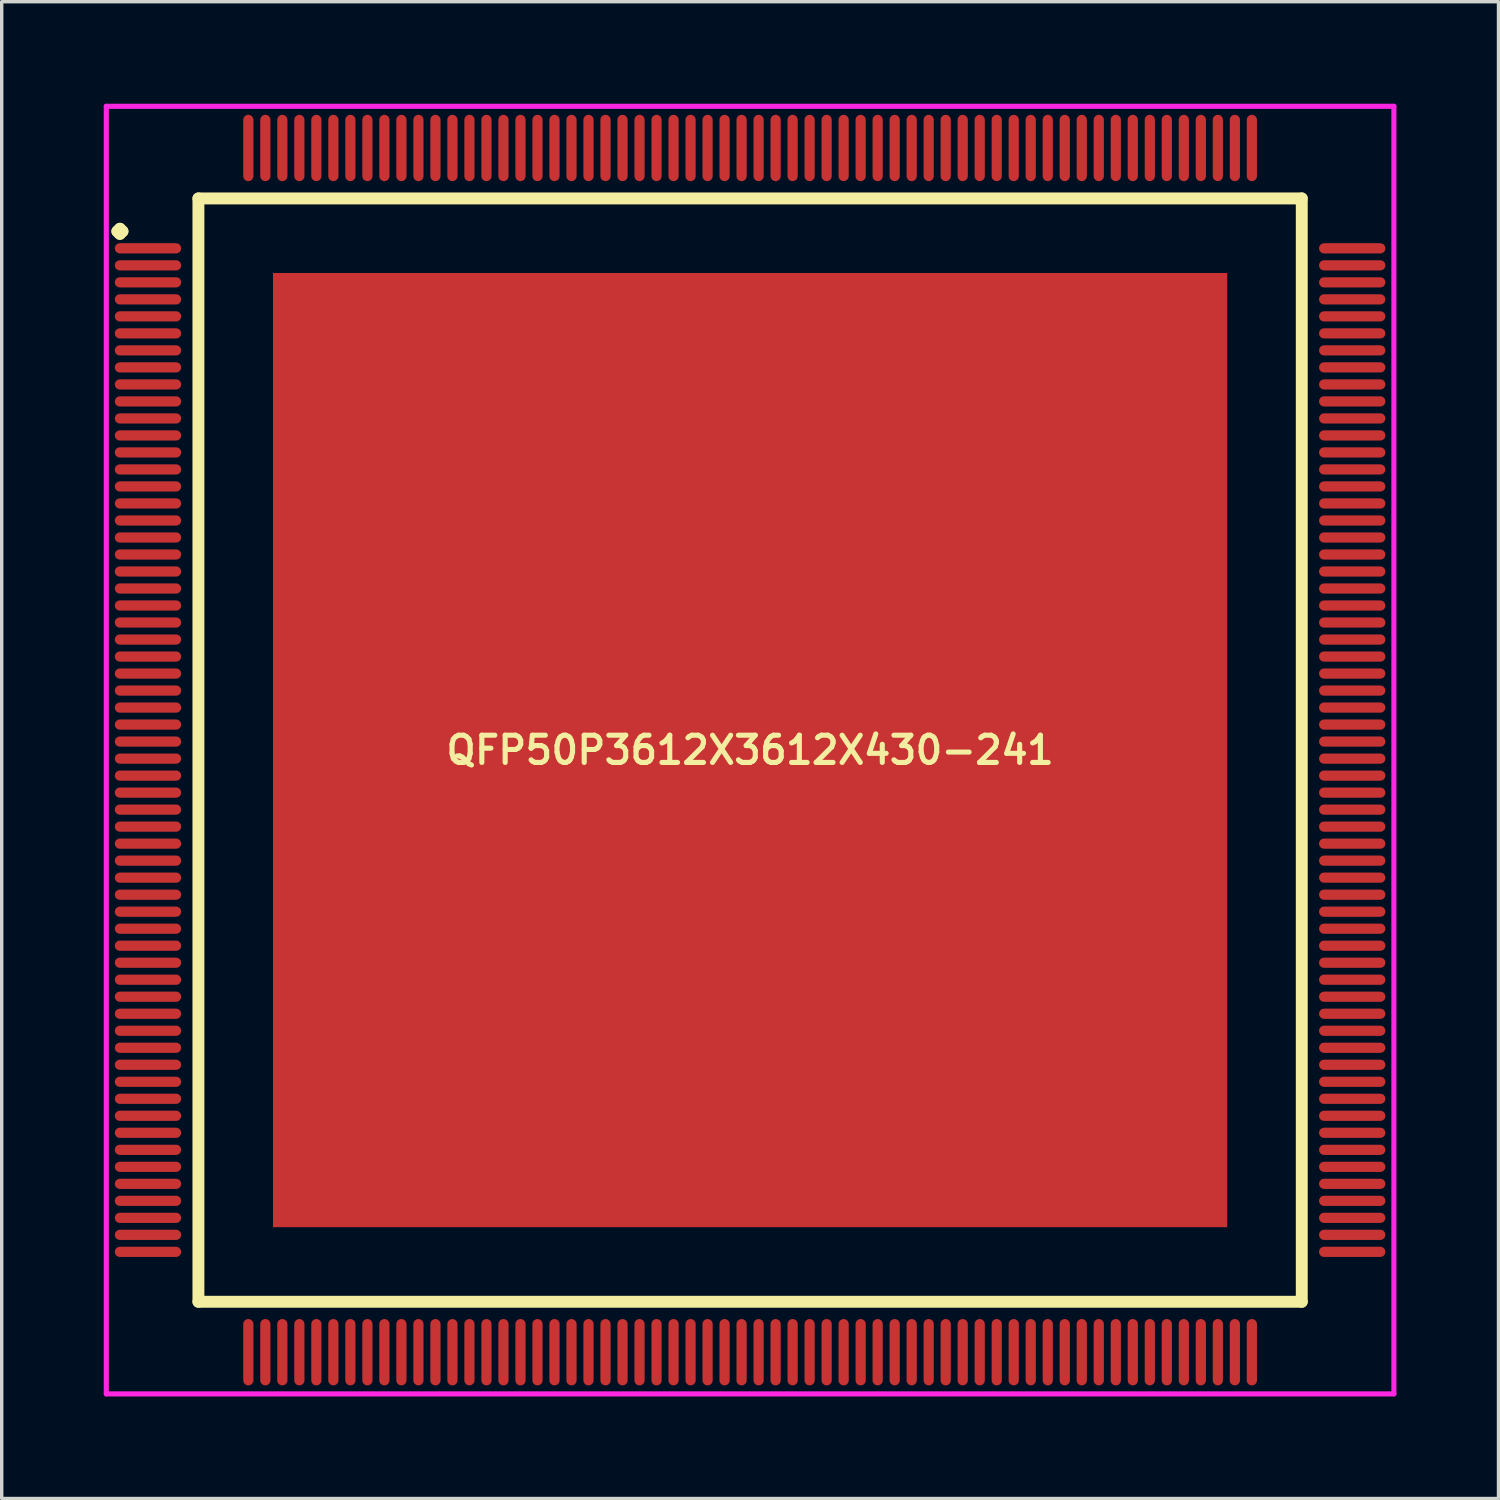
<source format=kicad_pcb>
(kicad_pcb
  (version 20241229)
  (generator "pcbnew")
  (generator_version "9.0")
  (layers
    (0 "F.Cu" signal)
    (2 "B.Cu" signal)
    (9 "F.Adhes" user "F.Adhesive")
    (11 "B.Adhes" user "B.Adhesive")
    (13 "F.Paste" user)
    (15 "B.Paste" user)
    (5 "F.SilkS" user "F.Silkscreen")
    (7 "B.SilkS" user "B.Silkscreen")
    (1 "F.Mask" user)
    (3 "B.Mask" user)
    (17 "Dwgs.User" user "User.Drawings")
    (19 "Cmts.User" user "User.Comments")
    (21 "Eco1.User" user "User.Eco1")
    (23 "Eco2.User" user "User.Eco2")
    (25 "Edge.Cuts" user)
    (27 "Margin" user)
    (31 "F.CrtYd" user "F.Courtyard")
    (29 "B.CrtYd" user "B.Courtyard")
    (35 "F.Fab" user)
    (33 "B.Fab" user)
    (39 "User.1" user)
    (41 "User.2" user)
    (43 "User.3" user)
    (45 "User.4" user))
  (footprint "QFP50P3612X3612X430-241"
    (layer "F.Cu")
    (at 19 19)
    (property "Reference" "QFP50P3612X3612X430-241" (at 0 0 0) (layer "F.SilkS") (effects (font (size 0.8 0.8) (thickness 0.15))))
    (attr smd)
    (fp_line (start -18.6 -15.25) (end -18.525 -15.325) (stroke (width 0.35) (type solid)) (layer "F.SilkS"))
    (fp_line (start -18.525 -15.325) (end -18.45 -15.25) (stroke (width 0.35) (type solid)) (layer "F.SilkS"))
    (fp_line (start -18.525 -15.175) (end -18.6 -15.25) (stroke (width 0.35) (type solid)) (layer "F.SilkS"))
    (fp_line (start -18.45 -15.25) (end -18.525 -15.175) (stroke (width 0.35) (type solid)) (layer "F.SilkS"))
    (fp_line (start -16.217 -16.217) (end -16.217 16.217) (stroke (width 0.35) (type solid)) (layer "F.SilkS"))
    (fp_line (start -16.217 16.217) (end 16.217 16.217) (stroke (width 0.35) (type solid)) (layer "F.SilkS"))
    (fp_line (start 16.217 -16.217) (end -16.217 -16.217) (stroke (width 0.35) (type solid)) (layer "F.SilkS"))
    (fp_line (start 16.217 16.217) (end 16.217 -16.217) (stroke (width 0.35) (type solid)) (layer "F.SilkS"))
    (fp_line (start -18.925 -18.925) (end 18.925 -18.925) (stroke (width 0.15) (type solid)) (layer "F.CrtYd"))
    (fp_line (start -18.925 18.925) (end -18.925 -18.925) (stroke (width 0.15) (type solid)) (layer "F.CrtYd"))
    (fp_line (start 18.925 -18.925) (end 18.925 18.925) (stroke (width 0.15) (type solid)) (layer "F.CrtYd"))
    (fp_line (start 18.925 18.925) (end -18.925 18.925) (stroke (width 0.15) (type solid)) (layer "F.CrtYd"))
    (pad "1" smd oval (at -17.7 -14.75) (size 1.95 0.3) (layers "F.Cu" "F.Mask" "F.Paste"))
    (pad "2" smd oval (at -17.7 -14.25) (size 1.95 0.3) (layers "F.Cu" "F.Mask" "F.Paste"))
    (pad "3" smd oval (at -17.7 -13.75) (size 1.95 0.3) (layers "F.Cu" "F.Mask" "F.Paste"))
    (pad "4" smd oval (at -17.7 -13.25) (size 1.95 0.3) (layers "F.Cu" "F.Mask" "F.Paste"))
    (pad "5" smd oval (at -17.7 -12.75) (size 1.95 0.3) (layers "F.Cu" "F.Mask" "F.Paste"))
    (pad "6" smd oval (at -17.7 -12.25) (size 1.95 0.3) (layers "F.Cu" "F.Mask" "F.Paste"))
    (pad "7" smd oval (at -17.7 -11.75) (size 1.95 0.3) (layers "F.Cu" "F.Mask" "F.Paste"))
    (pad "8" smd oval (at -17.7 -11.25) (size 1.95 0.3) (layers "F.Cu" "F.Mask" "F.Paste"))
    (pad "9" smd oval (at -17.7 -10.75) (size 1.95 0.3) (layers "F.Cu" "F.Mask" "F.Paste"))
    (pad "10" smd oval (at -17.7 -10.25) (size 1.95 0.3) (layers "F.Cu" "F.Mask" "F.Paste"))
    (pad "11" smd oval (at -17.7 -9.75) (size 1.95 0.3) (layers "F.Cu" "F.Mask" "F.Paste"))
    (pad "12" smd oval (at -17.7 -9.25) (size 1.95 0.3) (layers "F.Cu" "F.Mask" "F.Paste"))
    (pad "13" smd oval (at -17.7 -8.75) (size 1.95 0.3) (layers "F.Cu" "F.Mask" "F.Paste"))
    (pad "14" smd oval (at -17.7 -8.25) (size 1.95 0.3) (layers "F.Cu" "F.Mask" "F.Paste"))
    (pad "15" smd oval (at -17.7 -7.75) (size 1.95 0.3) (layers "F.Cu" "F.Mask" "F.Paste"))
    (pad "16" smd oval (at -17.7 -7.25) (size 1.95 0.3) (layers "F.Cu" "F.Mask" "F.Paste"))
    (pad "17" smd oval (at -17.7 -6.75) (size 1.95 0.3) (layers "F.Cu" "F.Mask" "F.Paste"))
    (pad "18" smd oval (at -17.7 -6.25) (size 1.95 0.3) (layers "F.Cu" "F.Mask" "F.Paste"))
    (pad "19" smd oval (at -17.7 -5.75) (size 1.95 0.3) (layers "F.Cu" "F.Mask" "F.Paste"))
    (pad "20" smd oval (at -17.7 -5.25) (size 1.95 0.3) (layers "F.Cu" "F.Mask" "F.Paste"))
    (pad "21" smd oval (at -17.7 -4.75) (size 1.95 0.3) (layers "F.Cu" "F.Mask" "F.Paste"))
    (pad "22" smd oval (at -17.7 -4.25) (size 1.95 0.3) (layers "F.Cu" "F.Mask" "F.Paste"))
    (pad "23" smd oval (at -17.7 -3.75) (size 1.95 0.3) (layers "F.Cu" "F.Mask" "F.Paste"))
    (pad "24" smd oval (at -17.7 -3.25) (size 1.95 0.3) (layers "F.Cu" "F.Mask" "F.Paste"))
    (pad "25" smd oval (at -17.7 -2.75) (size 1.95 0.3) (layers "F.Cu" "F.Mask" "F.Paste"))
    (pad "26" smd oval (at -17.7 -2.25) (size 1.95 0.3) (layers "F.Cu" "F.Mask" "F.Paste"))
    (pad "27" smd oval (at -17.7 -1.75) (size 1.95 0.3) (layers "F.Cu" "F.Mask" "F.Paste"))
    (pad "28" smd oval (at -17.7 -1.25) (size 1.95 0.3) (layers "F.Cu" "F.Mask" "F.Paste"))
    (pad "29" smd oval (at -17.7 -0.75) (size 1.95 0.3) (layers "F.Cu" "F.Mask" "F.Paste"))
    (pad "30" smd oval (at -17.7 -0.25) (size 1.95 0.3) (layers "F.Cu" "F.Mask" "F.Paste"))
    (pad "31" smd oval (at -17.7 0.25) (size 1.95 0.3) (layers "F.Cu" "F.Mask" "F.Paste"))
    (pad "32" smd oval (at -17.7 0.75) (size 1.95 0.3) (layers "F.Cu" "F.Mask" "F.Paste"))
    (pad "33" smd oval (at -17.7 1.25) (size 1.95 0.3) (layers "F.Cu" "F.Mask" "F.Paste"))
    (pad "34" smd oval (at -17.7 1.75) (size 1.95 0.3) (layers "F.Cu" "F.Mask" "F.Paste"))
    (pad "35" smd oval (at -17.7 2.25) (size 1.95 0.3) (layers "F.Cu" "F.Mask" "F.Paste"))
    (pad "36" smd oval (at -17.7 2.75) (size 1.95 0.3) (layers "F.Cu" "F.Mask" "F.Paste"))
    (pad "37" smd oval (at -17.7 3.25) (size 1.95 0.3) (layers "F.Cu" "F.Mask" "F.Paste"))
    (pad "38" smd oval (at -17.7 3.75) (size 1.95 0.3) (layers "F.Cu" "F.Mask" "F.Paste"))
    (pad "39" smd oval (at -17.7 4.25) (size 1.95 0.3) (layers "F.Cu" "F.Mask" "F.Paste"))
    (pad "40" smd oval (at -17.7 4.75) (size 1.95 0.3) (layers "F.Cu" "F.Mask" "F.Paste"))
    (pad "41" smd oval (at -17.7 5.25) (size 1.95 0.3) (layers "F.Cu" "F.Mask" "F.Paste"))
    (pad "42" smd oval (at -17.7 5.75) (size 1.95 0.3) (layers "F.Cu" "F.Mask" "F.Paste"))
    (pad "43" smd oval (at -17.7 6.25) (size 1.95 0.3) (layers "F.Cu" "F.Mask" "F.Paste"))
    (pad "44" smd oval (at -17.7 6.75) (size 1.95 0.3) (layers "F.Cu" "F.Mask" "F.Paste"))
    (pad "45" smd oval (at -17.7 7.25) (size 1.95 0.3) (layers "F.Cu" "F.Mask" "F.Paste"))
    (pad "46" smd oval (at -17.7 7.75) (size 1.95 0.3) (layers "F.Cu" "F.Mask" "F.Paste"))
    (pad "47" smd oval (at -17.7 8.25) (size 1.95 0.3) (layers "F.Cu" "F.Mask" "F.Paste"))
    (pad "48" smd oval (at -17.7 8.75) (size 1.95 0.3) (layers "F.Cu" "F.Mask" "F.Paste"))
    (pad "49" smd oval (at -17.7 9.25) (size 1.95 0.3) (layers "F.Cu" "F.Mask" "F.Paste"))
    (pad "50" smd oval (at -17.7 9.75) (size 1.95 0.3) (layers "F.Cu" "F.Mask" "F.Paste"))
    (pad "51" smd oval (at -17.7 10.25) (size 1.95 0.3) (layers "F.Cu" "F.Mask" "F.Paste"))
    (pad "52" smd oval (at -17.7 10.75) (size 1.95 0.3) (layers "F.Cu" "F.Mask" "F.Paste"))
    (pad "53" smd oval (at -17.7 11.25) (size 1.95 0.3) (layers "F.Cu" "F.Mask" "F.Paste"))
    (pad "54" smd oval (at -17.7 11.75) (size 1.95 0.3) (layers "F.Cu" "F.Mask" "F.Paste"))
    (pad "55" smd oval (at -17.7 12.25) (size 1.95 0.3) (layers "F.Cu" "F.Mask" "F.Paste"))
    (pad "56" smd oval (at -17.7 12.75) (size 1.95 0.3) (layers "F.Cu" "F.Mask" "F.Paste"))
    (pad "57" smd oval (at -17.7 13.25) (size 1.95 0.3) (layers "F.Cu" "F.Mask" "F.Paste"))
    (pad "58" smd oval (at -17.7 13.75) (size 1.95 0.3) (layers "F.Cu" "F.Mask" "F.Paste"))
    (pad "59" smd oval (at -17.7 14.25) (size 1.95 0.3) (layers "F.Cu" "F.Mask" "F.Paste"))
    (pad "60" smd oval (at -17.7 14.75) (size 1.95 0.3) (layers "F.Cu" "F.Mask" "F.Paste"))
    (pad "61" smd oval (at -14.75 17.7) (size 0.3 1.95) (layers "F.Cu" "F.Mask" "F.Paste"))
    (pad "62" smd oval (at -14.25 17.7) (size 0.3 1.95) (layers "F.Cu" "F.Mask" "F.Paste"))
    (pad "63" smd oval (at -13.75 17.7) (size 0.3 1.95) (layers "F.Cu" "F.Mask" "F.Paste"))
    (pad "64" smd oval (at -13.25 17.7) (size 0.3 1.95) (layers "F.Cu" "F.Mask" "F.Paste"))
    (pad "65" smd oval (at -12.75 17.7) (size 0.3 1.95) (layers "F.Cu" "F.Mask" "F.Paste"))
    (pad "66" smd oval (at -12.25 17.7) (size 0.3 1.95) (layers "F.Cu" "F.Mask" "F.Paste"))
    (pad "67" smd oval (at -11.75 17.7) (size 0.3 1.95) (layers "F.Cu" "F.Mask" "F.Paste"))
    (pad "68" smd oval (at -11.25 17.7) (size 0.3 1.95) (layers "F.Cu" "F.Mask" "F.Paste"))
    (pad "69" smd oval (at -10.75 17.7) (size 0.3 1.95) (layers "F.Cu" "F.Mask" "F.Paste"))
    (pad "70" smd oval (at -10.25 17.7) (size 0.3 1.95) (layers "F.Cu" "F.Mask" "F.Paste"))
    (pad "71" smd oval (at -9.75 17.7) (size 0.3 1.95) (layers "F.Cu" "F.Mask" "F.Paste"))
    (pad "72" smd oval (at -9.25 17.7) (size 0.3 1.95) (layers "F.Cu" "F.Mask" "F.Paste"))
    (pad "73" smd oval (at -8.75 17.7) (size 0.3 1.95) (layers "F.Cu" "F.Mask" "F.Paste"))
    (pad "74" smd oval (at -8.25 17.7) (size 0.3 1.95) (layers "F.Cu" "F.Mask" "F.Paste"))
    (pad "75" smd oval (at -7.75 17.7) (size 0.3 1.95) (layers "F.Cu" "F.Mask" "F.Paste"))
    (pad "76" smd oval (at -7.25 17.7) (size 0.3 1.95) (layers "F.Cu" "F.Mask" "F.Paste"))
    (pad "77" smd oval (at -6.75 17.7) (size 0.3 1.95) (layers "F.Cu" "F.Mask" "F.Paste"))
    (pad "78" smd oval (at -6.25 17.7) (size 0.3 1.95) (layers "F.Cu" "F.Mask" "F.Paste"))
    (pad "79" smd oval (at -5.75 17.7) (size 0.3 1.95) (layers "F.Cu" "F.Mask" "F.Paste"))
    (pad "80" smd oval (at -5.25 17.7) (size 0.3 1.95) (layers "F.Cu" "F.Mask" "F.Paste"))
    (pad "81" smd oval (at -4.75 17.7) (size 0.3 1.95) (layers "F.Cu" "F.Mask" "F.Paste"))
    (pad "82" smd oval (at -4.25 17.7) (size 0.3 1.95) (layers "F.Cu" "F.Mask" "F.Paste"))
    (pad "83" smd oval (at -3.75 17.7) (size 0.3 1.95) (layers "F.Cu" "F.Mask" "F.Paste"))
    (pad "84" smd oval (at -3.25 17.7) (size 0.3 1.95) (layers "F.Cu" "F.Mask" "F.Paste"))
    (pad "85" smd oval (at -2.75 17.7) (size 0.3 1.95) (layers "F.Cu" "F.Mask" "F.Paste"))
    (pad "86" smd oval (at -2.25 17.7) (size 0.3 1.95) (layers "F.Cu" "F.Mask" "F.Paste"))
    (pad "87" smd oval (at -1.75 17.7) (size 0.3 1.95) (layers "F.Cu" "F.Mask" "F.Paste"))
    (pad "88" smd oval (at -1.25 17.7) (size 0.3 1.95) (layers "F.Cu" "F.Mask" "F.Paste"))
    (pad "89" smd oval (at -0.75 17.7) (size 0.3 1.95) (layers "F.Cu" "F.Mask" "F.Paste"))
    (pad "90" smd oval (at -0.25 17.7) (size 0.3 1.95) (layers "F.Cu" "F.Mask" "F.Paste"))
    (pad "91" smd oval (at 0.25 17.7) (size 0.3 1.95) (layers "F.Cu" "F.Mask" "F.Paste"))
    (pad "92" smd oval (at 0.75 17.7) (size 0.3 1.95) (layers "F.Cu" "F.Mask" "F.Paste"))
    (pad "93" smd oval (at 1.25 17.7) (size 0.3 1.95) (layers "F.Cu" "F.Mask" "F.Paste"))
    (pad "94" smd oval (at 1.75 17.7) (size 0.3 1.95) (layers "F.Cu" "F.Mask" "F.Paste"))
    (pad "95" smd oval (at 2.25 17.7) (size 0.3 1.95) (layers "F.Cu" "F.Mask" "F.Paste"))
    (pad "96" smd oval (at 2.75 17.7) (size 0.3 1.95) (layers "F.Cu" "F.Mask" "F.Paste"))
    (pad "97" smd oval (at 3.25 17.7) (size 0.3 1.95) (layers "F.Cu" "F.Mask" "F.Paste"))
    (pad "98" smd oval (at 3.75 17.7) (size 0.3 1.95) (layers "F.Cu" "F.Mask" "F.Paste"))
    (pad "99" smd oval (at 4.25 17.7) (size 0.3 1.95) (layers "F.Cu" "F.Mask" "F.Paste"))
    (pad "100" smd oval (at 4.75 17.7) (size 0.3 1.95) (layers "F.Cu" "F.Mask" "F.Paste"))
    (pad "101" smd oval (at 5.25 17.7) (size 0.3 1.95) (layers "F.Cu" "F.Mask" "F.Paste"))
    (pad "102" smd oval (at 5.75 17.7) (size 0.3 1.95) (layers "F.Cu" "F.Mask" "F.Paste"))
    (pad "103" smd oval (at 6.25 17.7) (size 0.3 1.95) (layers "F.Cu" "F.Mask" "F.Paste"))
    (pad "104" smd oval (at 6.75 17.7) (size 0.3 1.95) (layers "F.Cu" "F.Mask" "F.Paste"))
    (pad "105" smd oval (at 7.25 17.7) (size 0.3 1.95) (layers "F.Cu" "F.Mask" "F.Paste"))
    (pad "106" smd oval (at 7.75 17.7) (size 0.3 1.95) (layers "F.Cu" "F.Mask" "F.Paste"))
    (pad "107" smd oval (at 8.25 17.7) (size 0.3 1.95) (layers "F.Cu" "F.Mask" "F.Paste"))
    (pad "108" smd oval (at 8.75 17.7) (size 0.3 1.95) (layers "F.Cu" "F.Mask" "F.Paste"))
    (pad "109" smd oval (at 9.25 17.7) (size 0.3 1.95) (layers "F.Cu" "F.Mask" "F.Paste"))
    (pad "110" smd oval (at 9.75 17.7) (size 0.3 1.95) (layers "F.Cu" "F.Mask" "F.Paste"))
    (pad "111" smd oval (at 10.25 17.7) (size 0.3 1.95) (layers "F.Cu" "F.Mask" "F.Paste"))
    (pad "112" smd oval (at 10.75 17.7) (size 0.3 1.95) (layers "F.Cu" "F.Mask" "F.Paste"))
    (pad "113" smd oval (at 11.25 17.7) (size 0.3 1.95) (layers "F.Cu" "F.Mask" "F.Paste"))
    (pad "114" smd oval (at 11.75 17.7) (size 0.3 1.95) (layers "F.Cu" "F.Mask" "F.Paste"))
    (pad "115" smd oval (at 12.25 17.7) (size 0.3 1.95) (layers "F.Cu" "F.Mask" "F.Paste"))
    (pad "116" smd oval (at 12.75 17.7) (size 0.3 1.95) (layers "F.Cu" "F.Mask" "F.Paste"))
    (pad "117" smd oval (at 13.25 17.7) (size 0.3 1.95) (layers "F.Cu" "F.Mask" "F.Paste"))
    (pad "118" smd oval (at 13.75 17.7) (size 0.3 1.95) (layers "F.Cu" "F.Mask" "F.Paste"))
    (pad "119" smd oval (at 14.25 17.7) (size 0.3 1.95) (layers "F.Cu" "F.Mask" "F.Paste"))
    (pad "120" smd oval (at 14.75 17.7) (size 0.3 1.95) (layers "F.Cu" "F.Mask" "F.Paste"))
    (pad "121" smd oval (at 17.7 14.75) (size 1.95 0.3) (layers "F.Cu" "F.Mask" "F.Paste"))
    (pad "122" smd oval (at 17.7 14.25) (size 1.95 0.3) (layers "F.Cu" "F.Mask" "F.Paste"))
    (pad "123" smd oval (at 17.7 13.75) (size 1.95 0.3) (layers "F.Cu" "F.Mask" "F.Paste"))
    (pad "124" smd oval (at 17.7 13.25) (size 1.95 0.3) (layers "F.Cu" "F.Mask" "F.Paste"))
    (pad "125" smd oval (at 17.7 12.75) (size 1.95 0.3) (layers "F.Cu" "F.Mask" "F.Paste"))
    (pad "126" smd oval (at 17.7 12.25) (size 1.95 0.3) (layers "F.Cu" "F.Mask" "F.Paste"))
    (pad "127" smd oval (at 17.7 11.75) (size 1.95 0.3) (layers "F.Cu" "F.Mask" "F.Paste"))
    (pad "128" smd oval (at 17.7 11.25) (size 1.95 0.3) (layers "F.Cu" "F.Mask" "F.Paste"))
    (pad "129" smd oval (at 17.7 10.75) (size 1.95 0.3) (layers "F.Cu" "F.Mask" "F.Paste"))
    (pad "130" smd oval (at 17.7 10.25) (size 1.95 0.3) (layers "F.Cu" "F.Mask" "F.Paste"))
    (pad "131" smd oval (at 17.7 9.75) (size 1.95 0.3) (layers "F.Cu" "F.Mask" "F.Paste"))
    (pad "132" smd oval (at 17.7 9.25) (size 1.95 0.3) (layers "F.Cu" "F.Mask" "F.Paste"))
    (pad "133" smd oval (at 17.7 8.75) (size 1.95 0.3) (layers "F.Cu" "F.Mask" "F.Paste"))
    (pad "134" smd oval (at 17.7 8.25) (size 1.95 0.3) (layers "F.Cu" "F.Mask" "F.Paste"))
    (pad "135" smd oval (at 17.7 7.75) (size 1.95 0.3) (layers "F.Cu" "F.Mask" "F.Paste"))
    (pad "136" smd oval (at 17.7 7.25) (size 1.95 0.3) (layers "F.Cu" "F.Mask" "F.Paste"))
    (pad "137" smd oval (at 17.7 6.75) (size 1.95 0.3) (layers "F.Cu" "F.Mask" "F.Paste"))
    (pad "138" smd oval (at 17.7 6.25) (size 1.95 0.3) (layers "F.Cu" "F.Mask" "F.Paste"))
    (pad "139" smd oval (at 17.7 5.75) (size 1.95 0.3) (layers "F.Cu" "F.Mask" "F.Paste"))
    (pad "140" smd oval (at 17.7 5.25) (size 1.95 0.3) (layers "F.Cu" "F.Mask" "F.Paste"))
    (pad "141" smd oval (at 17.7 4.75) (size 1.95 0.3) (layers "F.Cu" "F.Mask" "F.Paste"))
    (pad "142" smd oval (at 17.7 4.25) (size 1.95 0.3) (layers "F.Cu" "F.Mask" "F.Paste"))
    (pad "143" smd oval (at 17.7 3.75) (size 1.95 0.3) (layers "F.Cu" "F.Mask" "F.Paste"))
    (pad "144" smd oval (at 17.7 3.25) (size 1.95 0.3) (layers "F.Cu" "F.Mask" "F.Paste"))
    (pad "145" smd oval (at 17.7 2.75) (size 1.95 0.3) (layers "F.Cu" "F.Mask" "F.Paste"))
    (pad "146" smd oval (at 17.7 2.25) (size 1.95 0.3) (layers "F.Cu" "F.Mask" "F.Paste"))
    (pad "147" smd oval (at 17.7 1.75) (size 1.95 0.3) (layers "F.Cu" "F.Mask" "F.Paste"))
    (pad "148" smd oval (at 17.7 1.25) (size 1.95 0.3) (layers "F.Cu" "F.Mask" "F.Paste"))
    (pad "149" smd oval (at 17.7 0.75) (size 1.95 0.3) (layers "F.Cu" "F.Mask" "F.Paste"))
    (pad "150" smd oval (at 17.7 0.25) (size 1.95 0.3) (layers "F.Cu" "F.Mask" "F.Paste"))
    (pad "151" smd oval (at 17.7 -0.25) (size 1.95 0.3) (layers "F.Cu" "F.Mask" "F.Paste"))
    (pad "152" smd oval (at 17.7 -0.75) (size 1.95 0.3) (layers "F.Cu" "F.Mask" "F.Paste"))
    (pad "153" smd oval (at 17.7 -1.25) (size 1.95 0.3) (layers "F.Cu" "F.Mask" "F.Paste"))
    (pad "154" smd oval (at 17.7 -1.75) (size 1.95 0.3) (layers "F.Cu" "F.Mask" "F.Paste"))
    (pad "155" smd oval (at 17.7 -2.25) (size 1.95 0.3) (layers "F.Cu" "F.Mask" "F.Paste"))
    (pad "156" smd oval (at 17.7 -2.75) (size 1.95 0.3) (layers "F.Cu" "F.Mask" "F.Paste"))
    (pad "157" smd oval (at 17.7 -3.25) (size 1.95 0.3) (layers "F.Cu" "F.Mask" "F.Paste"))
    (pad "158" smd oval (at 17.7 -3.75) (size 1.95 0.3) (layers "F.Cu" "F.Mask" "F.Paste"))
    (pad "159" smd oval (at 17.7 -4.25) (size 1.95 0.3) (layers "F.Cu" "F.Mask" "F.Paste"))
    (pad "160" smd oval (at 17.7 -4.75) (size 1.95 0.3) (layers "F.Cu" "F.Mask" "F.Paste"))
    (pad "161" smd oval (at 17.7 -5.25) (size 1.95 0.3) (layers "F.Cu" "F.Mask" "F.Paste"))
    (pad "162" smd oval (at 17.7 -5.75) (size 1.95 0.3) (layers "F.Cu" "F.Mask" "F.Paste"))
    (pad "163" smd oval (at 17.7 -6.25) (size 1.95 0.3) (layers "F.Cu" "F.Mask" "F.Paste"))
    (pad "164" smd oval (at 17.7 -6.75) (size 1.95 0.3) (layers "F.Cu" "F.Mask" "F.Paste"))
    (pad "165" smd oval (at 17.7 -7.25) (size 1.95 0.3) (layers "F.Cu" "F.Mask" "F.Paste"))
    (pad "166" smd oval (at 17.7 -7.75) (size 1.95 0.3) (layers "F.Cu" "F.Mask" "F.Paste"))
    (pad "167" smd oval (at 17.7 -8.25) (size 1.95 0.3) (layers "F.Cu" "F.Mask" "F.Paste"))
    (pad "168" smd oval (at 17.7 -8.75) (size 1.95 0.3) (layers "F.Cu" "F.Mask" "F.Paste"))
    (pad "169" smd oval (at 17.7 -9.25) (size 1.95 0.3) (layers "F.Cu" "F.Mask" "F.Paste"))
    (pad "170" smd oval (at 17.7 -9.75) (size 1.95 0.3) (layers "F.Cu" "F.Mask" "F.Paste"))
    (pad "171" smd oval (at 17.7 -10.25) (size 1.95 0.3) (layers "F.Cu" "F.Mask" "F.Paste"))
    (pad "172" smd oval (at 17.7 -10.75) (size 1.95 0.3) (layers "F.Cu" "F.Mask" "F.Paste"))
    (pad "173" smd oval (at 17.7 -11.25) (size 1.95 0.3) (layers "F.Cu" "F.Mask" "F.Paste"))
    (pad "174" smd oval (at 17.7 -11.75) (size 1.95 0.3) (layers "F.Cu" "F.Mask" "F.Paste"))
    (pad "175" smd oval (at 17.7 -12.25) (size 1.95 0.3) (layers "F.Cu" "F.Mask" "F.Paste"))
    (pad "176" smd oval (at 17.7 -12.75) (size 1.95 0.3) (layers "F.Cu" "F.Mask" "F.Paste"))
    (pad "177" smd oval (at 17.7 -13.25) (size 1.95 0.3) (layers "F.Cu" "F.Mask" "F.Paste"))
    (pad "178" smd oval (at 17.7 -13.75) (size 1.95 0.3) (layers "F.Cu" "F.Mask" "F.Paste"))
    (pad "179" smd oval (at 17.7 -14.25) (size 1.95 0.3) (layers "F.Cu" "F.Mask" "F.Paste"))
    (pad "180" smd oval (at 17.7 -14.75) (size 1.95 0.3) (layers "F.Cu" "F.Mask" "F.Paste"))
    (pad "181" smd oval (at 14.75 -17.7) (size 0.3 1.95) (layers "F.Cu" "F.Mask" "F.Paste"))
    (pad "182" smd oval (at 14.25 -17.7) (size 0.3 1.95) (layers "F.Cu" "F.Mask" "F.Paste"))
    (pad "183" smd oval (at 13.75 -17.7) (size 0.3 1.95) (layers "F.Cu" "F.Mask" "F.Paste"))
    (pad "184" smd oval (at 13.25 -17.7) (size 0.3 1.95) (layers "F.Cu" "F.Mask" "F.Paste"))
    (pad "185" smd oval (at 12.75 -17.7) (size 0.3 1.95) (layers "F.Cu" "F.Mask" "F.Paste"))
    (pad "186" smd oval (at 12.25 -17.7) (size 0.3 1.95) (layers "F.Cu" "F.Mask" "F.Paste"))
    (pad "187" smd oval (at 11.75 -17.7) (size 0.3 1.95) (layers "F.Cu" "F.Mask" "F.Paste"))
    (pad "188" smd oval (at 11.25 -17.7) (size 0.3 1.95) (layers "F.Cu" "F.Mask" "F.Paste"))
    (pad "189" smd oval (at 10.75 -17.7) (size 0.3 1.95) (layers "F.Cu" "F.Mask" "F.Paste"))
    (pad "190" smd oval (at 10.25 -17.7) (size 0.3 1.95) (layers "F.Cu" "F.Mask" "F.Paste"))
    (pad "191" smd oval (at 9.75 -17.7) (size 0.3 1.95) (layers "F.Cu" "F.Mask" "F.Paste"))
    (pad "192" smd oval (at 9.25 -17.7) (size 0.3 1.95) (layers "F.Cu" "F.Mask" "F.Paste"))
    (pad "193" smd oval (at 8.75 -17.7) (size 0.3 1.95) (layers "F.Cu" "F.Mask" "F.Paste"))
    (pad "194" smd oval (at 8.25 -17.7) (size 0.3 1.95) (layers "F.Cu" "F.Mask" "F.Paste"))
    (pad "195" smd oval (at 7.75 -17.7) (size 0.3 1.95) (layers "F.Cu" "F.Mask" "F.Paste"))
    (pad "196" smd oval (at 7.25 -17.7) (size 0.3 1.95) (layers "F.Cu" "F.Mask" "F.Paste"))
    (pad "197" smd oval (at 6.75 -17.7) (size 0.3 1.95) (layers "F.Cu" "F.Mask" "F.Paste"))
    (pad "198" smd oval (at 6.25 -17.7) (size 0.3 1.95) (layers "F.Cu" "F.Mask" "F.Paste"))
    (pad "199" smd oval (at 5.75 -17.7) (size 0.3 1.95) (layers "F.Cu" "F.Mask" "F.Paste"))
    (pad "200" smd oval (at 5.25 -17.7) (size 0.3 1.95) (layers "F.Cu" "F.Mask" "F.Paste"))
    (pad "201" smd oval (at 4.75 -17.7) (size 0.3 1.95) (layers "F.Cu" "F.Mask" "F.Paste"))
    (pad "202" smd oval (at 4.25 -17.7) (size 0.3 1.95) (layers "F.Cu" "F.Mask" "F.Paste"))
    (pad "203" smd oval (at 3.75 -17.7) (size 0.3 1.95) (layers "F.Cu" "F.Mask" "F.Paste"))
    (pad "204" smd oval (at 3.25 -17.7) (size 0.3 1.95) (layers "F.Cu" "F.Mask" "F.Paste"))
    (pad "205" smd oval (at 2.75 -17.7) (size 0.3 1.95) (layers "F.Cu" "F.Mask" "F.Paste"))
    (pad "206" smd oval (at 2.25 -17.7) (size 0.3 1.95) (layers "F.Cu" "F.Mask" "F.Paste"))
    (pad "207" smd oval (at 1.75 -17.7) (size 0.3 1.95) (layers "F.Cu" "F.Mask" "F.Paste"))
    (pad "208" smd oval (at 1.25 -17.7) (size 0.3 1.95) (layers "F.Cu" "F.Mask" "F.Paste"))
    (pad "209" smd oval (at 0.75 -17.7) (size 0.3 1.95) (layers "F.Cu" "F.Mask" "F.Paste"))
    (pad "210" smd oval (at 0.25 -17.7) (size 0.3 1.95) (layers "F.Cu" "F.Mask" "F.Paste"))
    (pad "211" smd oval (at -0.25 -17.7) (size 0.3 1.95) (layers "F.Cu" "F.Mask" "F.Paste"))
    (pad "212" smd oval (at -0.75 -17.7) (size 0.3 1.95) (layers "F.Cu" "F.Mask" "F.Paste"))
    (pad "213" smd oval (at -1.25 -17.7) (size 0.3 1.95) (layers "F.Cu" "F.Mask" "F.Paste"))
    (pad "214" smd oval (at -1.75 -17.7) (size 0.3 1.95) (layers "F.Cu" "F.Mask" "F.Paste"))
    (pad "215" smd oval (at -2.25 -17.7) (size 0.3 1.95) (layers "F.Cu" "F.Mask" "F.Paste"))
    (pad "216" smd oval (at -2.75 -17.7) (size 0.3 1.95) (layers "F.Cu" "F.Mask" "F.Paste"))
    (pad "217" smd oval (at -3.25 -17.7) (size 0.3 1.95) (layers "F.Cu" "F.Mask" "F.Paste"))
    (pad "218" smd oval (at -3.75 -17.7) (size 0.3 1.95) (layers "F.Cu" "F.Mask" "F.Paste"))
    (pad "219" smd oval (at -4.25 -17.7) (size 0.3 1.95) (layers "F.Cu" "F.Mask" "F.Paste"))
    (pad "220" smd oval (at -4.75 -17.7) (size 0.3 1.95) (layers "F.Cu" "F.Mask" "F.Paste"))
    (pad "221" smd oval (at -5.25 -17.7) (size 0.3 1.95) (layers "F.Cu" "F.Mask" "F.Paste"))
    (pad "222" smd oval (at -5.75 -17.7) (size 0.3 1.95) (layers "F.Cu" "F.Mask" "F.Paste"))
    (pad "223" smd oval (at -6.25 -17.7) (size 0.3 1.95) (layers "F.Cu" "F.Mask" "F.Paste"))
    (pad "224" smd oval (at -6.75 -17.7) (size 0.3 1.95) (layers "F.Cu" "F.Mask" "F.Paste"))
    (pad "225" smd oval (at -7.25 -17.7) (size 0.3 1.95) (layers "F.Cu" "F.Mask" "F.Paste"))
    (pad "226" smd oval (at -7.75 -17.7) (size 0.3 1.95) (layers "F.Cu" "F.Mask" "F.Paste"))
    (pad "227" smd oval (at -8.25 -17.7) (size 0.3 1.95) (layers "F.Cu" "F.Mask" "F.Paste"))
    (pad "228" smd oval (at -8.75 -17.7) (size 0.3 1.95) (layers "F.Cu" "F.Mask" "F.Paste"))
    (pad "229" smd oval (at -9.25 -17.7) (size 0.3 1.95) (layers "F.Cu" "F.Mask" "F.Paste"))
    (pad "230" smd oval (at -9.75 -17.7) (size 0.3 1.95) (layers "F.Cu" "F.Mask" "F.Paste"))
    (pad "231" smd oval (at -10.25 -17.7) (size 0.3 1.95) (layers "F.Cu" "F.Mask" "F.Paste"))
    (pad "232" smd oval (at -10.75 -17.7) (size 0.3 1.95) (layers "F.Cu" "F.Mask" "F.Paste"))
    (pad "233" smd oval (at -11.25 -17.7) (size 0.3 1.95) (layers "F.Cu" "F.Mask" "F.Paste"))
    (pad "234" smd oval (at -11.75 -17.7) (size 0.3 1.95) (layers "F.Cu" "F.Mask" "F.Paste"))
    (pad "235" smd oval (at -12.25 -17.7) (size 0.3 1.95) (layers "F.Cu" "F.Mask" "F.Paste"))
    (pad "236" smd oval (at -12.75 -17.7) (size 0.3 1.95) (layers "F.Cu" "F.Mask" "F.Paste"))
    (pad "237" smd oval (at -13.25 -17.7) (size 0.3 1.95) (layers "F.Cu" "F.Mask" "F.Paste"))
    (pad "238" smd oval (at -13.75 -17.7) (size 0.3 1.95) (layers "F.Cu" "F.Mask" "F.Paste"))
    (pad "239" smd oval (at -14.25 -17.7) (size 0.3 1.95) (layers "F.Cu" "F.Mask" "F.Paste"))
    (pad "240" smd oval (at -14.75 -17.7) (size 0.3 1.95) (layers "F.Cu" "F.Mask" "F.Paste"))
    (pad "241" smd rect (at 0 0) (size 28.05 28.05) (layers "F.Cu" "F.Mask" "F.Paste")))
  (gr_rect
    (start -3 -3)
    (end 41 41)
    (stroke (width 0.1) (type default))
    (fill no)
    (layer "Edge.Cuts")))
</source>
